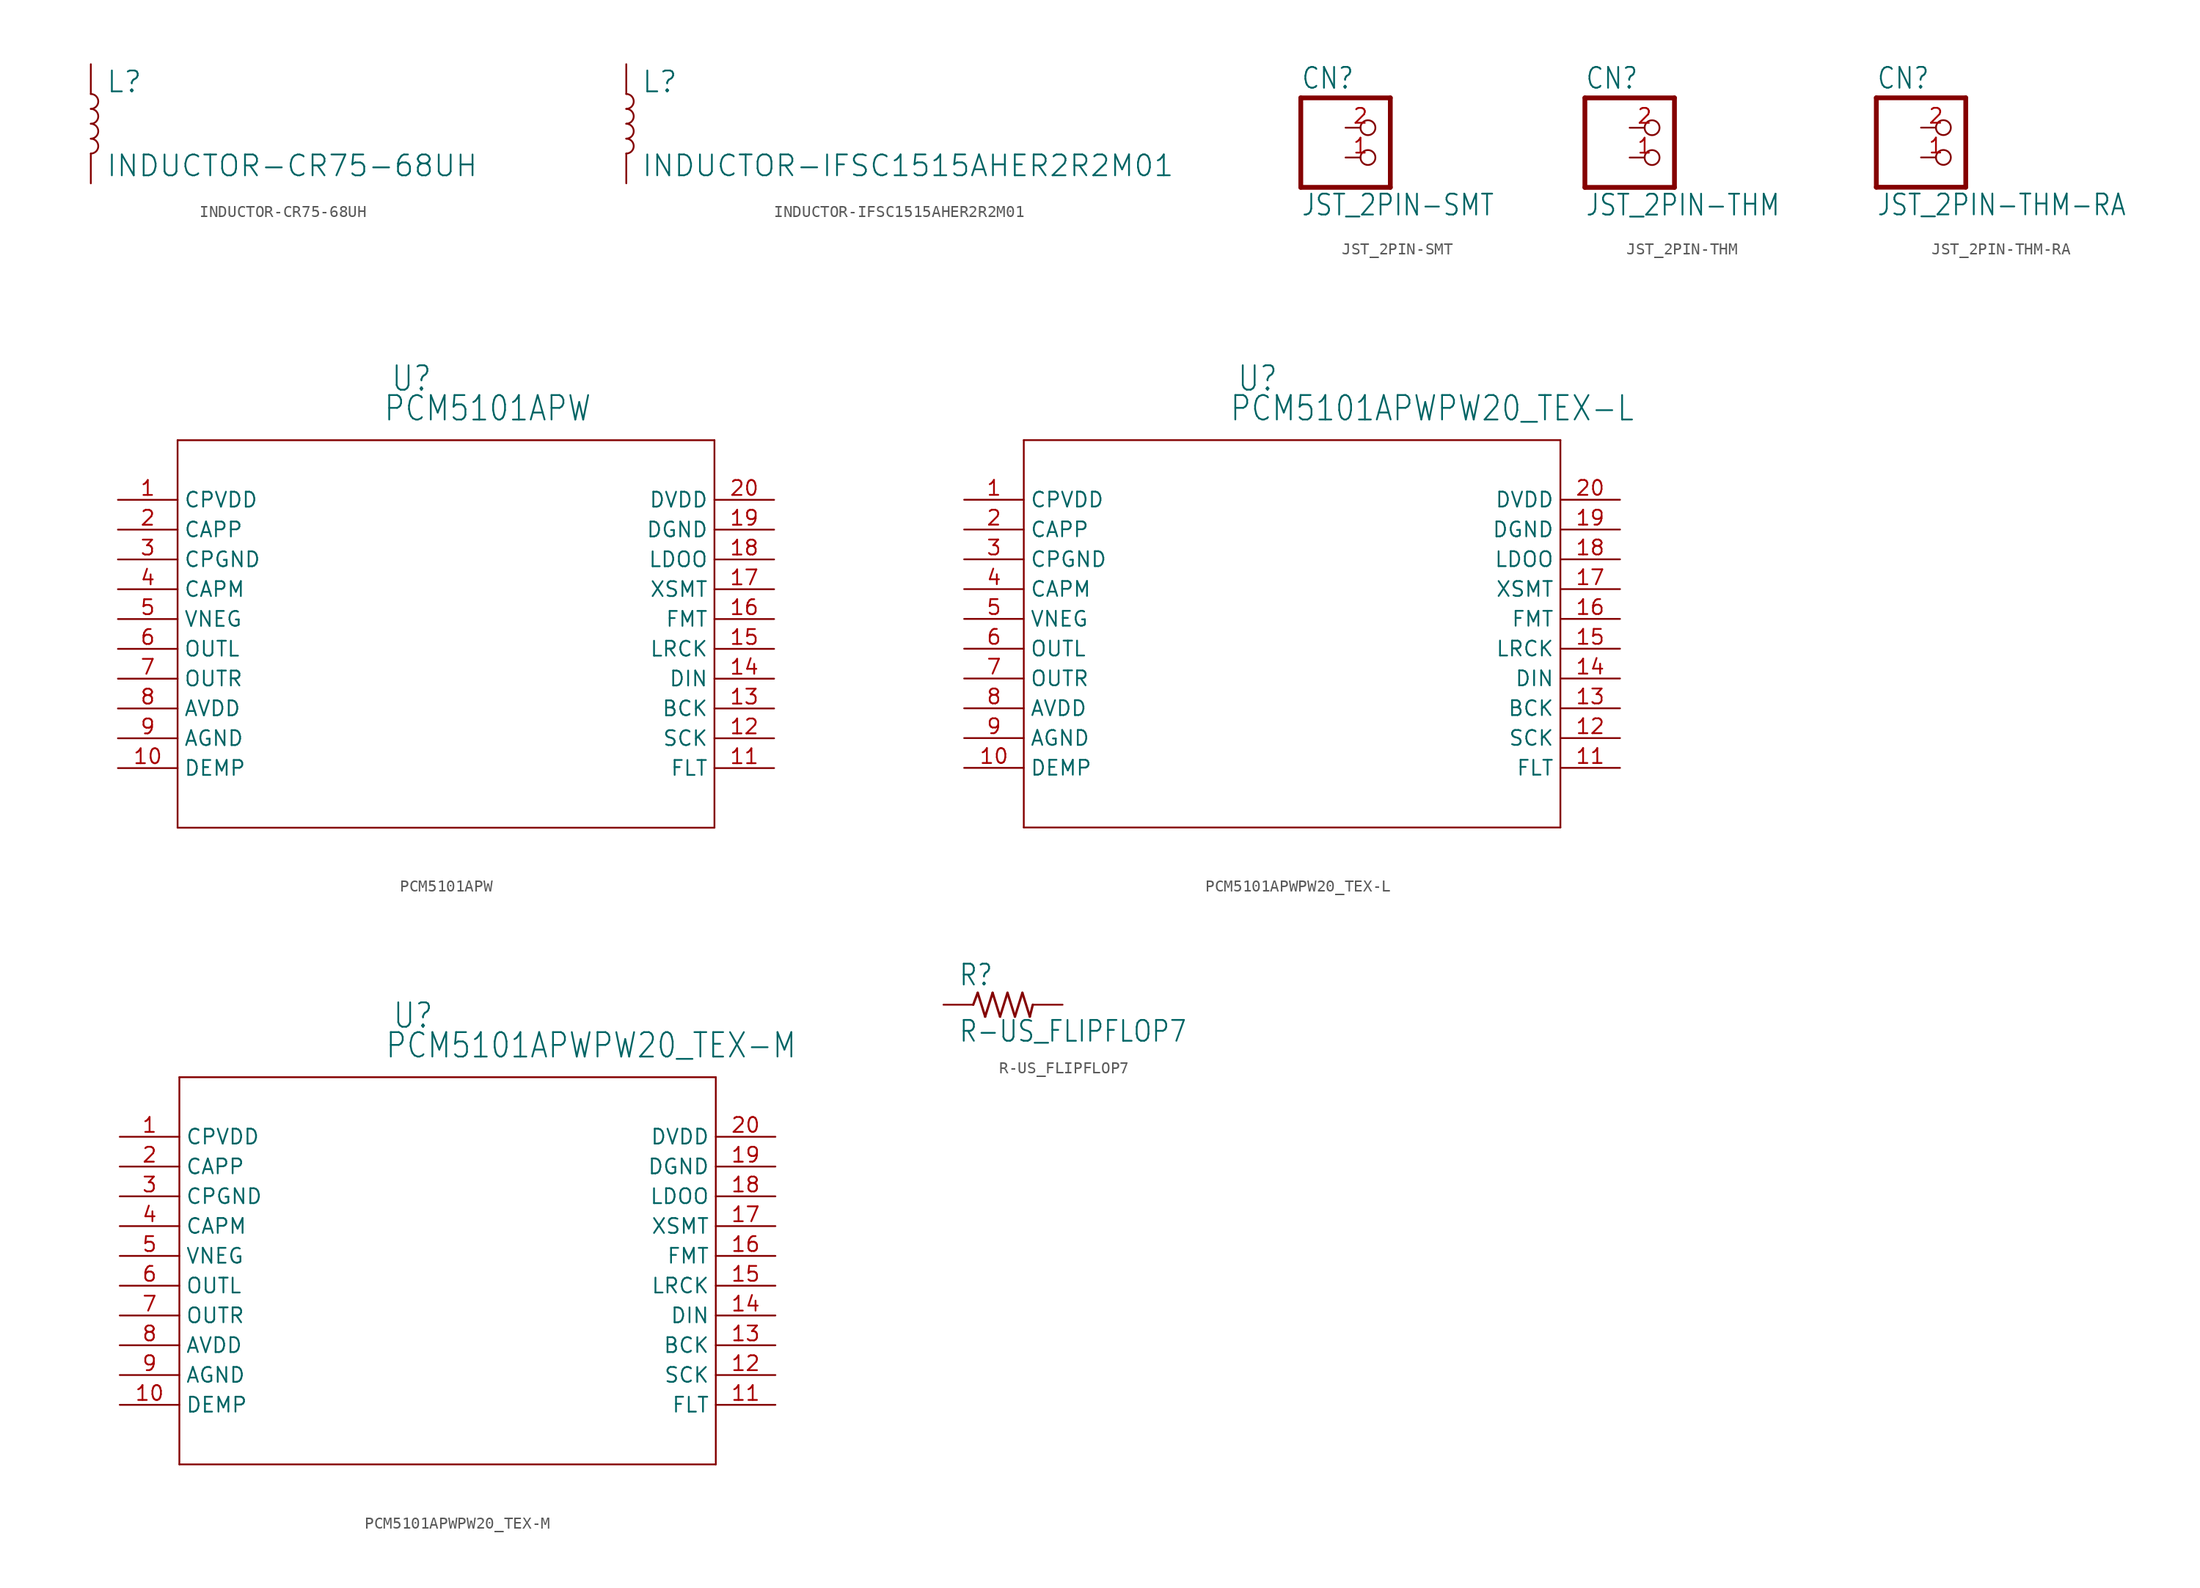
<source format=kicad_sym>
(kicad_symbol_lib
  (version 20211014)
  (generator kicad_symbol_editor)
  (symbol "INDUCTOR-CR75-68UH"
    (property "Reference" "L"
      (at 1.27 2.54 0)
      (effects (font (size 1.778 1.778)) (justify left bottom)))
    (property "Value" "INDUCTOR-CR75-68UH"
      (at 1.27 -2.54 0)
      (effects (font (size 1.778 1.778)) (justify left top)))
    (property "ki_locked" ""
      (at 0 0 0)
      (effects (font (size 1.27 1.27))))
    (symbol "INDUCTOR-CR75-68UH_1_0"
      (arc (start 0 -2.54) (mid 0.635 -1.905) (end 0 -1.27) (stroke (width 0.1524) (type default) (color 0 0 0 0)) (fill (type none)))
      (arc (start 0 -1.27) (mid 0.635 -0.635) (end 0 0) (stroke (width 0.1524) (type default) (color 0 0 0 0)) (fill (type none)))
      (arc (start 0 0) (mid 0.635 0.635) (end 0 1.27) (stroke (width 0.1524) (type default) (color 0 0 0 0)) (fill (type none)))
      (arc (start 0 1.27) (mid 0.635 1.905) (end 0 2.54) (stroke (width 0.1524) (type default) (color 0 0 0 0)) (fill (type none)))
      (pin passive line (at 0 5.08 270) (length 2.54) (name "1" (effects (font (size 0 0)))) (number "P$1" (effects (font (size 0 0)))))
      (pin passive line (at 0 -5.08 90) (length 2.54) (name "2" (effects (font (size 0 0)))) (number "P$2" (effects (font (size 0 0)))))))
  (symbol "INDUCTOR-IFSC1515AHER2R2M01"
    (property "Reference" "L"
      (at 1.27 2.54 0)
      (effects (font (size 1.778 1.778)) (justify left bottom)))
    (property "Value" "INDUCTOR-IFSC1515AHER2R2M01"
      (at 1.27 -2.54 0)
      (effects (font (size 1.778 1.778)) (justify left top)))
    (property "ki_locked" ""
      (at 0 0 0)
      (effects (font (size 1.27 1.27))))
    (symbol "INDUCTOR-IFSC1515AHER2R2M01_1_0"
      (arc (start 0 -2.54) (mid 0.635 -1.905) (end 0 -1.27) (stroke (width 0.1524) (type default) (color 0 0 0 0)) (fill (type none)))
      (arc (start 0 -1.27) (mid 0.635 -0.635) (end 0 0) (stroke (width 0.1524) (type default) (color 0 0 0 0)) (fill (type none)))
      (arc (start 0 0) (mid 0.635 0.635) (end 0 1.27) (stroke (width 0.1524) (type default) (color 0 0 0 0)) (fill (type none)))
      (arc (start 0 1.27) (mid 0.635 1.905) (end 0 2.54) (stroke (width 0.1524) (type default) (color 0 0 0 0)) (fill (type none)))
      (pin passive line (at 0 5.08 270) (length 2.54) (name "1" (effects (font (size 0 0)))) (number "P$1" (effects (font (size 0 0)))))
      (pin passive line (at 0 -5.08 90) (length 2.54) (name "2" (effects (font (size 0 0)))) (number "P$2" (effects (font (size 0 0)))))))
  (symbol "JST_2PIN-SMT"
    (property "Reference" "CN"
      (at -6.35 5.715 0)
      (effects (font (size 1.778 1.511)) (justify left bottom)))
    (property "Value" "JST_2PIN-SMT"
      (at -6.35 -5.08 0)
      (effects (font (size 1.778 1.511)) (justify left bottom)))
    (property "ki_locked" ""
      (at 0 0 0)
      (effects (font (size 1.27 1.27))))
    (symbol "JST_2PIN-SMT_1_0"
      (polyline (pts (xy -6.35 -2.54) (xy 1.27 -2.54)) (stroke (width 0.406) (type default) (color 0 0 0 0)) (fill (type none)))
      (polyline (pts (xy -6.35 5.08) (xy -6.35 -2.54)) (stroke (width 0.406) (type default) (color 0 0 0 0)) (fill (type none)))
      (polyline (pts (xy 1.27 -2.54) (xy 1.27 5.08)) (stroke (width 0.406) (type default) (color 0 0 0 0)) (fill (type none)))
      (polyline (pts (xy 1.27 5.08) (xy -6.35 5.08)) (stroke (width 0.406) (type default) (color 0 0 0 0)) (fill (type none)))
      (pin passive inverted (at -2.54 0 0) (length 2.54) (name "2" (effects (font (size 0 0)))) (number "1" (effects (font (size 1.27 1.27)))))
      (pin passive inverted (at -2.54 2.54 0) (length 2.54) (name "1" (effects (font (size 0 0)))) (number "2" (effects (font (size 1.27 1.27)))))))
  (symbol "JST_2PIN-THM"
    (property "Reference" "CN"
      (at -6.35 5.715 0)
      (effects (font (size 1.778 1.511)) (justify left bottom)))
    (property "Value" "JST_2PIN-THM"
      (at -6.35 -5.08 0)
      (effects (font (size 1.778 1.511)) (justify left bottom)))
    (property "ki_locked" ""
      (at 0 0 0)
      (effects (font (size 1.27 1.27))))
    (symbol "JST_2PIN-THM_1_0"
      (polyline (pts (xy -6.35 -2.54) (xy 1.27 -2.54)) (stroke (width 0.406) (type default) (color 0 0 0 0)) (fill (type none)))
      (polyline (pts (xy -6.35 5.08) (xy -6.35 -2.54)) (stroke (width 0.406) (type default) (color 0 0 0 0)) (fill (type none)))
      (polyline (pts (xy 1.27 -2.54) (xy 1.27 5.08)) (stroke (width 0.406) (type default) (color 0 0 0 0)) (fill (type none)))
      (polyline (pts (xy 1.27 5.08) (xy -6.35 5.08)) (stroke (width 0.406) (type default) (color 0 0 0 0)) (fill (type none)))
      (pin passive inverted (at -2.54 0 0) (length 2.54) (name "2" (effects (font (size 0 0)))) (number "1" (effects (font (size 1.27 1.27)))))
      (pin passive inverted (at -2.54 2.54 0) (length 2.54) (name "1" (effects (font (size 0 0)))) (number "2" (effects (font (size 1.27 1.27)))))))
  (symbol "JST_2PIN-THM-RA"
    (property "Reference" "CN"
      (at -6.35 5.715 0)
      (effects (font (size 1.778 1.511)) (justify left bottom)))
    (property "Value" "JST_2PIN-THM-RA"
      (at -6.35 -5.08 0)
      (effects (font (size 1.778 1.511)) (justify left bottom)))
    (property "ki_locked" ""
      (at 0 0 0)
      (effects (font (size 1.27 1.27))))
    (symbol "JST_2PIN-THM-RA_1_0"
      (polyline (pts (xy -6.35 -2.54) (xy 1.27 -2.54)) (stroke (width 0.406) (type default) (color 0 0 0 0)) (fill (type none)))
      (polyline (pts (xy -6.35 5.08) (xy -6.35 -2.54)) (stroke (width 0.406) (type default) (color 0 0 0 0)) (fill (type none)))
      (polyline (pts (xy 1.27 -2.54) (xy 1.27 5.08)) (stroke (width 0.406) (type default) (color 0 0 0 0)) (fill (type none)))
      (polyline (pts (xy 1.27 5.08) (xy -6.35 5.08)) (stroke (width 0.406) (type default) (color 0 0 0 0)) (fill (type none)))
      (pin passive inverted (at -2.54 0 0) (length 2.54) (name "2" (effects (font (size 0 0)))) (number "1" (effects (font (size 1.27 1.27)))))
      (pin passive inverted (at -2.54 2.54 0) (length 2.54) (name "1" (effects (font (size 0 0)))) (number "2" (effects (font (size 1.27 1.27)))))))
  (symbol "PCM5101APW"
    (property "Reference" "U"
      (at 25.756 9.119 0)
      (effects (font (size 2.083 1.77)) (justify left bottom)))
    (property "Value" "PCM5101APW"
      (at 25.121 6.579 0)
      (effects (font (size 2.083 1.77)) (justify left bottom)))
    (property "ki_locked" ""
      (at 0 0 0)
      (effects (font (size 1.27 1.27))))
    (symbol "PCM5101APW_1_0"
      (polyline (pts (xy 7.62 -27.94) (xy 53.34 -27.94)) (stroke (width 0.152) (type default) (color 0 0 0 0)) (fill (type none)))
      (polyline (pts (xy 7.62 5.08) (xy 7.62 -27.94)) (stroke (width 0.152) (type default) (color 0 0 0 0)) (fill (type none)))
      (polyline (pts (xy 53.34 -27.94) (xy 53.34 5.08)) (stroke (width 0.152) (type default) (color 0 0 0 0)) (fill (type none)))
      (polyline (pts (xy 53.34 5.08) (xy 7.62 5.08)) (stroke (width 0.152) (type default) (color 0 0 0 0)) (fill (type none)))
      (pin power_in line (at 2.54 0 0) (length 5.08) (name "CPVDD" (effects (font (size 1.27 1.27)))) (number "1" (effects (font (size 1.27 1.27)))))
      (pin input line (at 2.54 -22.86 0) (length 5.08) (name "DEMP" (effects (font (size 1.27 1.27)))) (number "10" (effects (font (size 1.27 1.27)))))
      (pin input line (at 58.42 -22.86 180) (length 5.08) (name "FLT" (effects (font (size 1.27 1.27)))) (number "11" (effects (font (size 1.27 1.27)))))
      (pin input line (at 58.42 -20.32 180) (length 5.08) (name "SCK" (effects (font (size 1.27 1.27)))) (number "12" (effects (font (size 1.27 1.27)))))
      (pin input line (at 58.42 -17.78 180) (length 5.08) (name "BCK" (effects (font (size 1.27 1.27)))) (number "13" (effects (font (size 1.27 1.27)))))
      (pin input line (at 58.42 -15.24 180) (length 5.08) (name "DIN" (effects (font (size 1.27 1.27)))) (number "14" (effects (font (size 1.27 1.27)))))
      (pin input line (at 58.42 -12.7 180) (length 5.08) (name "LRCK" (effects (font (size 1.27 1.27)))) (number "15" (effects (font (size 1.27 1.27)))))
      (pin input line (at 58.42 -10.16 180) (length 5.08) (name "FMT" (effects (font (size 1.27 1.27)))) (number "16" (effects (font (size 1.27 1.27)))))
      (pin input line (at 58.42 -7.62 180) (length 5.08) (name "XSMT" (effects (font (size 1.27 1.27)))) (number "17" (effects (font (size 1.27 1.27)))))
      (pin power_in line (at 58.42 -5.08 180) (length 5.08) (name "LDOO" (effects (font (size 1.27 1.27)))) (number "18" (effects (font (size 1.27 1.27)))))
      (pin power_in line (at 58.42 -2.54 180) (length 5.08) (name "DGND" (effects (font (size 1.27 1.27)))) (number "19" (effects (font (size 1.27 1.27)))))
      (pin output line (at 2.54 -2.54 0) (length 5.08) (name "CAPP" (effects (font (size 1.27 1.27)))) (number "2" (effects (font (size 1.27 1.27)))))
      (pin power_in line (at 58.42 0 180) (length 5.08) (name "DVDD" (effects (font (size 1.27 1.27)))) (number "20" (effects (font (size 1.27 1.27)))))
      (pin power_in line (at 2.54 -5.08 0) (length 5.08) (name "CPGND" (effects (font (size 1.27 1.27)))) (number "3" (effects (font (size 1.27 1.27)))))
      (pin output line (at 2.54 -7.62 0) (length 5.08) (name "CAPM" (effects (font (size 1.27 1.27)))) (number "4" (effects (font (size 1.27 1.27)))))
      (pin output line (at 2.54 -10.16 0) (length 5.08) (name "VNEG" (effects (font (size 1.27 1.27)))) (number "5" (effects (font (size 1.27 1.27)))))
      (pin output line (at 2.54 -12.7 0) (length 5.08) (name "OUTL" (effects (font (size 1.27 1.27)))) (number "6" (effects (font (size 1.27 1.27)))))
      (pin output line (at 2.54 -15.24 0) (length 5.08) (name "OUTR" (effects (font (size 1.27 1.27)))) (number "7" (effects (font (size 1.27 1.27)))))
      (pin power_in line (at 2.54 -17.78 0) (length 5.08) (name "AVDD" (effects (font (size 1.27 1.27)))) (number "8" (effects (font (size 1.27 1.27)))))
      (pin power_in line (at 2.54 -20.32 0) (length 5.08) (name "AGND" (effects (font (size 1.27 1.27)))) (number "9" (effects (font (size 1.27 1.27)))))))
  (symbol "PCM5101APWPW20_TEX-L"
    (property "Reference" "U"
      (at 25.756 9.119 0)
      (effects (font (size 2.083 1.77)) (justify left bottom)))
    (property "Value" "PCM5101APWPW20_TEX-L"
      (at 25.121 6.579 0)
      (effects (font (size 2.083 1.77)) (justify left bottom)))
    (property "ki_locked" ""
      (at 0 0 0)
      (effects (font (size 1.27 1.27))))
    (symbol "PCM5101APWPW20_TEX-L_1_0"
      (polyline (pts (xy 7.62 -27.94) (xy 53.34 -27.94)) (stroke (width 0.152) (type default) (color 0 0 0 0)) (fill (type none)))
      (polyline (pts (xy 7.62 5.08) (xy 7.62 -27.94)) (stroke (width 0.152) (type default) (color 0 0 0 0)) (fill (type none)))
      (polyline (pts (xy 53.34 -27.94) (xy 53.34 5.08)) (stroke (width 0.152) (type default) (color 0 0 0 0)) (fill (type none)))
      (polyline (pts (xy 53.34 5.08) (xy 7.62 5.08)) (stroke (width 0.152) (type default) (color 0 0 0 0)) (fill (type none)))
      (pin power_in line (at 2.54 0 0) (length 5.08) (name "CPVDD" (effects (font (size 1.27 1.27)))) (number "1" (effects (font (size 1.27 1.27)))))
      (pin input line (at 2.54 -22.86 0) (length 5.08) (name "DEMP" (effects (font (size 1.27 1.27)))) (number "10" (effects (font (size 1.27 1.27)))))
      (pin input line (at 58.42 -22.86 180) (length 5.08) (name "FLT" (effects (font (size 1.27 1.27)))) (number "11" (effects (font (size 1.27 1.27)))))
      (pin input line (at 58.42 -20.32 180) (length 5.08) (name "SCK" (effects (font (size 1.27 1.27)))) (number "12" (effects (font (size 1.27 1.27)))))
      (pin input line (at 58.42 -17.78 180) (length 5.08) (name "BCK" (effects (font (size 1.27 1.27)))) (number "13" (effects (font (size 1.27 1.27)))))
      (pin input line (at 58.42 -15.24 180) (length 5.08) (name "DIN" (effects (font (size 1.27 1.27)))) (number "14" (effects (font (size 1.27 1.27)))))
      (pin input line (at 58.42 -12.7 180) (length 5.08) (name "LRCK" (effects (font (size 1.27 1.27)))) (number "15" (effects (font (size 1.27 1.27)))))
      (pin input line (at 58.42 -10.16 180) (length 5.08) (name "FMT" (effects (font (size 1.27 1.27)))) (number "16" (effects (font (size 1.27 1.27)))))
      (pin input line (at 58.42 -7.62 180) (length 5.08) (name "XSMT" (effects (font (size 1.27 1.27)))) (number "17" (effects (font (size 1.27 1.27)))))
      (pin power_in line (at 58.42 -5.08 180) (length 5.08) (name "LDOO" (effects (font (size 1.27 1.27)))) (number "18" (effects (font (size 1.27 1.27)))))
      (pin power_in line (at 58.42 -2.54 180) (length 5.08) (name "DGND" (effects (font (size 1.27 1.27)))) (number "19" (effects (font (size 1.27 1.27)))))
      (pin output line (at 2.54 -2.54 0) (length 5.08) (name "CAPP" (effects (font (size 1.27 1.27)))) (number "2" (effects (font (size 1.27 1.27)))))
      (pin power_in line (at 58.42 0 180) (length 5.08) (name "DVDD" (effects (font (size 1.27 1.27)))) (number "20" (effects (font (size 1.27 1.27)))))
      (pin power_in line (at 2.54 -5.08 0) (length 5.08) (name "CPGND" (effects (font (size 1.27 1.27)))) (number "3" (effects (font (size 1.27 1.27)))))
      (pin output line (at 2.54 -7.62 0) (length 5.08) (name "CAPM" (effects (font (size 1.27 1.27)))) (number "4" (effects (font (size 1.27 1.27)))))
      (pin output line (at 2.54 -10.16 0) (length 5.08) (name "VNEG" (effects (font (size 1.27 1.27)))) (number "5" (effects (font (size 1.27 1.27)))))
      (pin output line (at 2.54 -12.7 0) (length 5.08) (name "OUTL" (effects (font (size 1.27 1.27)))) (number "6" (effects (font (size 1.27 1.27)))))
      (pin output line (at 2.54 -15.24 0) (length 5.08) (name "OUTR" (effects (font (size 1.27 1.27)))) (number "7" (effects (font (size 1.27 1.27)))))
      (pin power_in line (at 2.54 -17.78 0) (length 5.08) (name "AVDD" (effects (font (size 1.27 1.27)))) (number "8" (effects (font (size 1.27 1.27)))))
      (pin power_in line (at 2.54 -20.32 0) (length 5.08) (name "AGND" (effects (font (size 1.27 1.27)))) (number "9" (effects (font (size 1.27 1.27)))))))
  (symbol "PCM5101APWPW20_TEX-M"
    (property "Reference" "U"
      (at 25.756 9.119 0)
      (effects (font (size 2.083 1.77)) (justify left bottom)))
    (property "Value" "PCM5101APWPW20_TEX-M"
      (at 25.121 6.579 0)
      (effects (font (size 2.083 1.77)) (justify left bottom)))
    (property "ki_locked" ""
      (at 0 0 0)
      (effects (font (size 1.27 1.27))))
    (symbol "PCM5101APWPW20_TEX-M_1_0"
      (polyline (pts (xy 7.62 -27.94) (xy 53.34 -27.94)) (stroke (width 0.152) (type default) (color 0 0 0 0)) (fill (type none)))
      (polyline (pts (xy 7.62 5.08) (xy 7.62 -27.94)) (stroke (width 0.152) (type default) (color 0 0 0 0)) (fill (type none)))
      (polyline (pts (xy 53.34 -27.94) (xy 53.34 5.08)) (stroke (width 0.152) (type default) (color 0 0 0 0)) (fill (type none)))
      (polyline (pts (xy 53.34 5.08) (xy 7.62 5.08)) (stroke (width 0.152) (type default) (color 0 0 0 0)) (fill (type none)))
      (pin power_in line (at 2.54 0 0) (length 5.08) (name "CPVDD" (effects (font (size 1.27 1.27)))) (number "1" (effects (font (size 1.27 1.27)))))
      (pin input line (at 2.54 -22.86 0) (length 5.08) (name "DEMP" (effects (font (size 1.27 1.27)))) (number "10" (effects (font (size 1.27 1.27)))))
      (pin input line (at 58.42 -22.86 180) (length 5.08) (name "FLT" (effects (font (size 1.27 1.27)))) (number "11" (effects (font (size 1.27 1.27)))))
      (pin input line (at 58.42 -20.32 180) (length 5.08) (name "SCK" (effects (font (size 1.27 1.27)))) (number "12" (effects (font (size 1.27 1.27)))))
      (pin input line (at 58.42 -17.78 180) (length 5.08) (name "BCK" (effects (font (size 1.27 1.27)))) (number "13" (effects (font (size 1.27 1.27)))))
      (pin input line (at 58.42 -15.24 180) (length 5.08) (name "DIN" (effects (font (size 1.27 1.27)))) (number "14" (effects (font (size 1.27 1.27)))))
      (pin input line (at 58.42 -12.7 180) (length 5.08) (name "LRCK" (effects (font (size 1.27 1.27)))) (number "15" (effects (font (size 1.27 1.27)))))
      (pin input line (at 58.42 -10.16 180) (length 5.08) (name "FMT" (effects (font (size 1.27 1.27)))) (number "16" (effects (font (size 1.27 1.27)))))
      (pin input line (at 58.42 -7.62 180) (length 5.08) (name "XSMT" (effects (font (size 1.27 1.27)))) (number "17" (effects (font (size 1.27 1.27)))))
      (pin power_in line (at 58.42 -5.08 180) (length 5.08) (name "LDOO" (effects (font (size 1.27 1.27)))) (number "18" (effects (font (size 1.27 1.27)))))
      (pin power_in line (at 58.42 -2.54 180) (length 5.08) (name "DGND" (effects (font (size 1.27 1.27)))) (number "19" (effects (font (size 1.27 1.27)))))
      (pin output line (at 2.54 -2.54 0) (length 5.08) (name "CAPP" (effects (font (size 1.27 1.27)))) (number "2" (effects (font (size 1.27 1.27)))))
      (pin power_in line (at 58.42 0 180) (length 5.08) (name "DVDD" (effects (font (size 1.27 1.27)))) (number "20" (effects (font (size 1.27 1.27)))))
      (pin power_in line (at 2.54 -5.08 0) (length 5.08) (name "CPGND" (effects (font (size 1.27 1.27)))) (number "3" (effects (font (size 1.27 1.27)))))
      (pin output line (at 2.54 -7.62 0) (length 5.08) (name "CAPM" (effects (font (size 1.27 1.27)))) (number "4" (effects (font (size 1.27 1.27)))))
      (pin output line (at 2.54 -10.16 0) (length 5.08) (name "VNEG" (effects (font (size 1.27 1.27)))) (number "5" (effects (font (size 1.27 1.27)))))
      (pin output line (at 2.54 -12.7 0) (length 5.08) (name "OUTL" (effects (font (size 1.27 1.27)))) (number "6" (effects (font (size 1.27 1.27)))))
      (pin output line (at 2.54 -15.24 0) (length 5.08) (name "OUTR" (effects (font (size 1.27 1.27)))) (number "7" (effects (font (size 1.27 1.27)))))
      (pin power_in line (at 2.54 -17.78 0) (length 5.08) (name "AVDD" (effects (font (size 1.27 1.27)))) (number "8" (effects (font (size 1.27 1.27)))))
      (pin power_in line (at 2.54 -20.32 0) (length 5.08) (name "AGND" (effects (font (size 1.27 1.27)))) (number "9" (effects (font (size 1.27 1.27)))))))
  (symbol "R-US_FLIPFLOP7"
    (property "Reference" "R"
      (at -3.81 1.499 0)
      (effects (font (size 1.778 1.511)) (justify left bottom)))
    (property "Value" "R-US_FLIPFLOP7"
      (at -3.81 -3.302 0)
      (effects (font (size 1.778 1.511)) (justify left bottom)))
    (property "ki_locked" ""
      (at 0 0 0)
      (effects (font (size 1.27 1.27))))
    (symbol "R-US_FLIPFLOP7_1_0"
      (polyline (pts (xy -2.54 0) (xy -2.159 1.016)) (stroke (width 0.203) (type default) (color 0 0 0 0)) (fill (type none)))
      (polyline (pts (xy -2.159 1.016) (xy -1.524 -1.016)) (stroke (width 0.203) (type default) (color 0 0 0 0)) (fill (type none)))
      (polyline (pts (xy -1.524 -1.016) (xy -0.889 1.016)) (stroke (width 0.203) (type default) (color 0 0 0 0)) (fill (type none)))
      (polyline (pts (xy -0.889 1.016) (xy -0.254 -1.016)) (stroke (width 0.203) (type default) (color 0 0 0 0)) (fill (type none)))
      (polyline (pts (xy -0.254 -1.016) (xy 0.381 1.016)) (stroke (width 0.203) (type default) (color 0 0 0 0)) (fill (type none)))
      (polyline (pts (xy 0.381 1.016) (xy 1.016 -1.016)) (stroke (width 0.203) (type default) (color 0 0 0 0)) (fill (type none)))
      (polyline (pts (xy 1.016 -1.016) (xy 1.651 1.016)) (stroke (width 0.203) (type default) (color 0 0 0 0)) (fill (type none)))
      (polyline (pts (xy 1.651 1.016) (xy 2.286 -1.016)) (stroke (width 0.203) (type default) (color 0 0 0 0)) (fill (type none)))
      (polyline (pts (xy 2.286 -1.016) (xy 2.54 0)) (stroke (width 0.203) (type default) (color 0 0 0 0)) (fill (type none)))
      (pin passive line (at -5.08 0 0) (length 2.54) (name "1" (effects (font (size 0 0)))) (number "1" (effects (font (size 0 0)))))
      (pin passive line (at 5.08 0 180) (length 2.54) (name "2" (effects (font (size 0 0)))) (number "2" (effects (font (size 0 0))))))))
</source>
